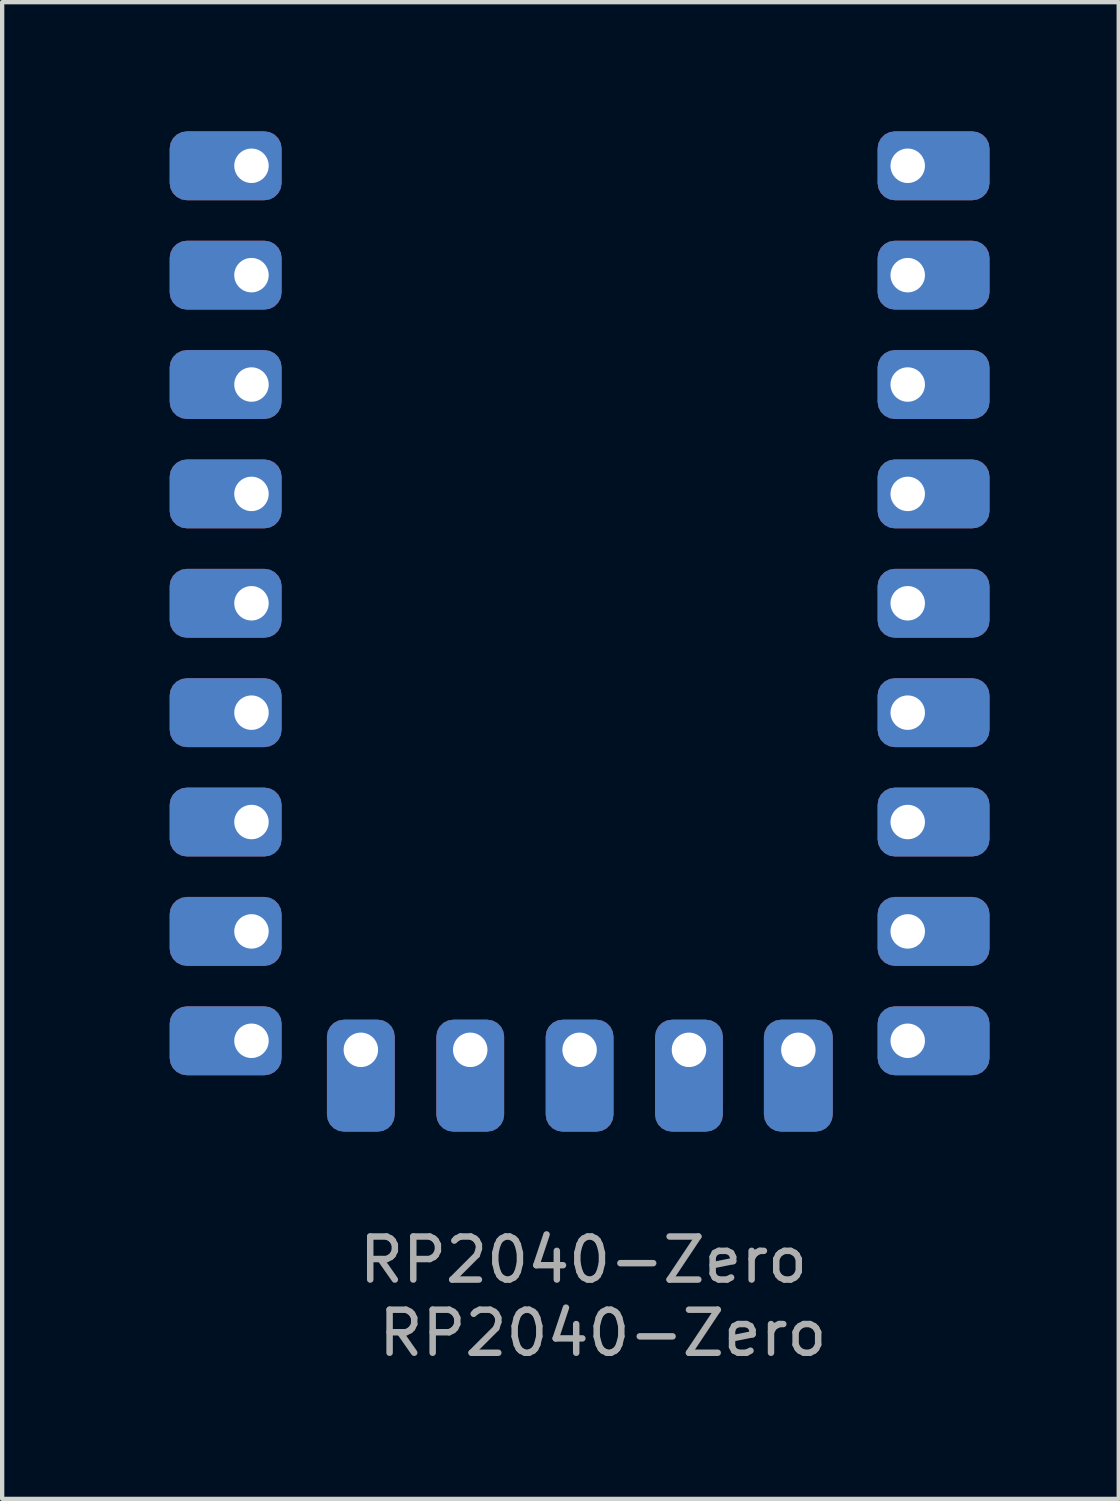
<source format=kicad_pcb>
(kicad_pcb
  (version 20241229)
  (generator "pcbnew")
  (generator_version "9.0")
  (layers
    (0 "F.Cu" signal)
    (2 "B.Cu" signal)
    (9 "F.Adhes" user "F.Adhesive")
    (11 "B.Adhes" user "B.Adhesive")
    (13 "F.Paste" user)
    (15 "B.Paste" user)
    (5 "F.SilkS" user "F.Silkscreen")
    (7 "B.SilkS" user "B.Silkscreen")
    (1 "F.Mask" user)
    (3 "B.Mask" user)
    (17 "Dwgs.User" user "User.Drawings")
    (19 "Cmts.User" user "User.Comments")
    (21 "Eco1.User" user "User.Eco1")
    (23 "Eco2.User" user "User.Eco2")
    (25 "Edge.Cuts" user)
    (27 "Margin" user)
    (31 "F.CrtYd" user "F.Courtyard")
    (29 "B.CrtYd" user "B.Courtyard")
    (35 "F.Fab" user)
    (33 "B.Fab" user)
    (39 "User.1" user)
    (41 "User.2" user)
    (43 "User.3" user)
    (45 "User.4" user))
  (footprint "RP2040-Zero"
    (layer "F.Cu")
    (at 0.25 23.66)
    (property "Reference" "RP2040-Zero" (at 10.7 4.25 0) (unlocked yes) (layer "F.Fab") (effects (font (size 1 1) (thickness 0.15))))
    (attr through_hole)
    (fp_text user "${REFERENCE}" (at 10.25 2.55 0) (unlocked yes) (layer "F.Fab") (effects (font (size 1 1) (thickness 0.15))))
    (pad "0" thru_hole roundrect (at 17.78 -22.86) (size 2.6 1.6) (drill 0.8 (offset 0.6 0)) (layers "*.Cu" "*.Mask") (roundrect_rratio 0.25))
    (pad "1" thru_hole roundrect (at 17.78 -20.32) (size 2.6 1.6) (drill 0.8 (offset 0.6 0)) (layers "*.Cu" "*.Mask") (roundrect_rratio 0.25))
    (pad "2" thru_hole roundrect (at 17.78 -17.78) (size 2.6 1.6) (drill 0.8 (offset 0.6 0)) (layers "*.Cu" "*.Mask") (roundrect_rratio 0.25))
    (pad "3" thru_hole roundrect (at 17.78 -15.24) (size 2.6 1.6) (drill 0.8 (offset 0.6 0)) (layers "*.Cu" "*.Mask") (roundrect_rratio 0.25))
    (pad "4" thru_hole roundrect (at 17.78 -12.7) (size 2.6 1.6) (drill 0.8 (offset 0.6 0)) (layers "*.Cu" "*.Mask") (roundrect_rratio 0.25))
    (pad "5" thru_hole roundrect (at 17.78 -10.16) (size 2.6 1.6) (drill 0.8 (offset 0.6 0)) (layers "*.Cu" "*.Mask") (roundrect_rratio 0.25))
    (pad "6" thru_hole roundrect (at 17.78 -7.62) (size 2.6 1.6) (drill 0.8 (offset 0.6 0)) (layers "*.Cu" "*.Mask") (roundrect_rratio 0.25))
    (pad "7" thru_hole roundrect (at 17.78 -5.08) (size 2.6 1.6) (drill 0.8 (offset 0.6 0)) (layers "*.Cu" "*.Mask") (roundrect_rratio 0.25))
    (pad "8" thru_hole roundrect (at 17.78 -2.54) (size 2.6 1.6) (drill 0.8 (offset 0.6 0)) (layers "*.Cu" "*.Mask") (roundrect_rratio 0.25))
    (pad "9" thru_hole roundrect (at 15.24 -2.33) (size 1.6 2.6) (drill 0.8 (offset 0 0.6)) (layers "*.Cu" "*.Mask") (roundrect_rratio 0.25))
    (pad "10" thru_hole roundrect (at 12.7 -2.33) (size 1.575 2.6) (drill 0.8 (offset 0 0.6)) (layers "*.Cu" "*.Mask") (roundrect_rratio 0.25))
    (pad "11" thru_hole roundrect (at 10.16 -2.33) (size 1.575 2.6) (drill 0.8 (offset 0 0.6)) (layers "*.Cu" "*.Mask") (roundrect_rratio 0.25))
    (pad "12" thru_hole roundrect (at 7.62 -2.33) (size 1.575 2.6) (drill 0.8 (offset 0 0.6)) (layers "*.Cu" "*.Mask") (roundrect_rratio 0.25))
    (pad "13" thru_hole roundrect (at 5.08 -2.33) (size 1.575 2.6) (drill 0.8 (offset 0 0.6)) (layers "*.Cu" "*.Mask") (roundrect_rratio 0.25))
    (pad "14" thru_hole roundrect (at 2.54 -2.54) (size 2.6 1.6) (drill 0.8 (offset -0.6 0)) (layers "*.Cu" "*.Mask") (roundrect_rratio 0.25))
    (pad "15" thru_hole roundrect (at 2.54 -5.08) (size 2.6 1.6) (drill 0.8 (offset -0.6 0)) (layers "*.Cu" "*.Mask") (roundrect_rratio 0.25))
    (pad "16" thru_hole roundrect (at 2.54 -7.62) (size 2.6 1.6) (drill 0.8 (offset -0.6 0)) (layers "*.Cu" "*.Mask") (roundrect_rratio 0.25))
    (pad "17" thru_hole roundrect (at 2.54 -10.16) (size 2.6 1.6) (drill 0.8 (offset -0.6 0)) (layers "*.Cu" "*.Mask") (roundrect_rratio 0.25))
    (pad "18" thru_hole roundrect (at 2.54 -12.7) (size 2.6 1.6) (drill 0.8 (offset -0.6 0)) (layers "*.Cu" "*.Mask") (roundrect_rratio 0.25))
    (pad "19" thru_hole roundrect (at 2.54 -15.24) (size 2.6 1.6) (drill 0.8 (offset -0.6 0)) (layers "*.Cu" "*.Mask") (roundrect_rratio 0.25))
    (pad "20" thru_hole roundrect (at 2.54 -17.78) (size 2.6 1.6) (drill 0.8 (offset -0.6 0)) (layers "*.Cu" "*.Mask") (roundrect_rratio 0.25))
    (pad "21" thru_hole roundrect (at 2.54 -20.32) (size 2.6 1.6) (drill 0.8 (offset -0.6 0)) (layers "*.Cu" "*.Mask") (roundrect_rratio 0.25))
    (pad "22" thru_hole roundrect (at 2.54 -22.86) (size 2.6 1.6) (drill 0.8 (offset -0.6 0)) (layers "*.Cu" "*.Mask") (roundrect_rratio 0.25)))
  (gr_rect
    (start -3 -3)
    (end 22.93 31.758)
    (stroke (width 0.1) (type default))
    (fill no)
    (layer "Edge.Cuts")))
</source>
